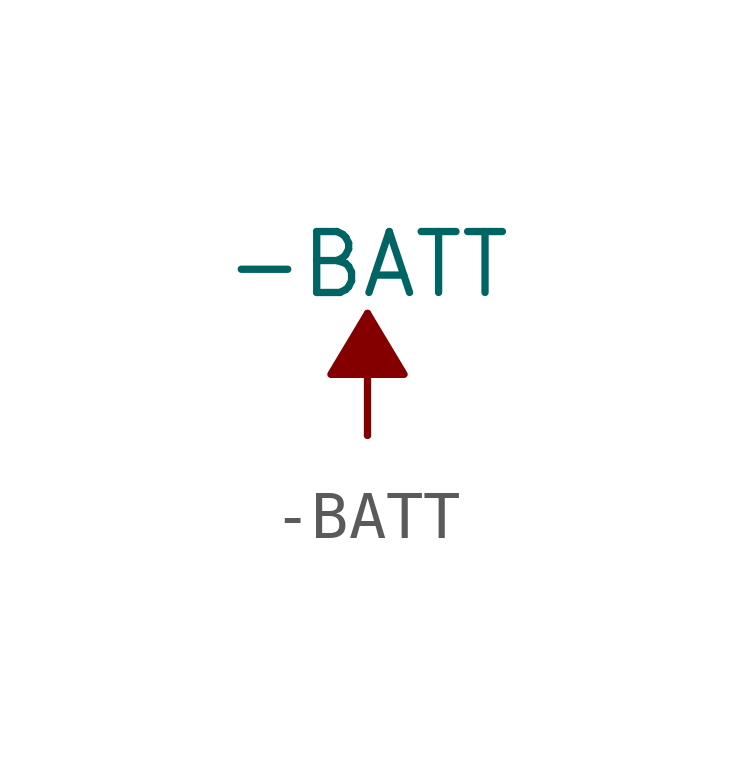
<source format=kicad_sym>
(kicad_symbol_lib
  (version 20241209)
  (generator "kicad_symbol_editor")
  (generator_version "9.0")
  (symbol "-BATT"
    (power)
    (pin_numbers
      (hide yes))
    (pin_names
      (offset 0)
      (hide yes))
    (property "Reference" "#PWR"
      (at 0 -3.81 0)
      (effects (font (size 1.27 1.27)) (hide yes)))
    (property "Value" "-BATT"
      (at 0 3.556 0)
      (effects (font (size 1.27 1.27))))
    (symbol "-BATT_0_1"
      (polyline (pts (xy 0 0) (xy 0 2.54)) (stroke (width 0) (type default)) (fill (type none)))
      (polyline (pts (xy 0.762 1.27) (xy -0.762 1.27) (xy 0 2.54) (xy 0.762 1.27)) (stroke (width 0) (type default)) (fill (type outline))))
    (symbol "-BATT_1_1"
      (pin power_in line (at 0 0 90) (length 0) (name "~" (effects (font (size 1.27 1.27)))) (number "1" (effects (font (size 1.27 1.27))))))))
</source>
